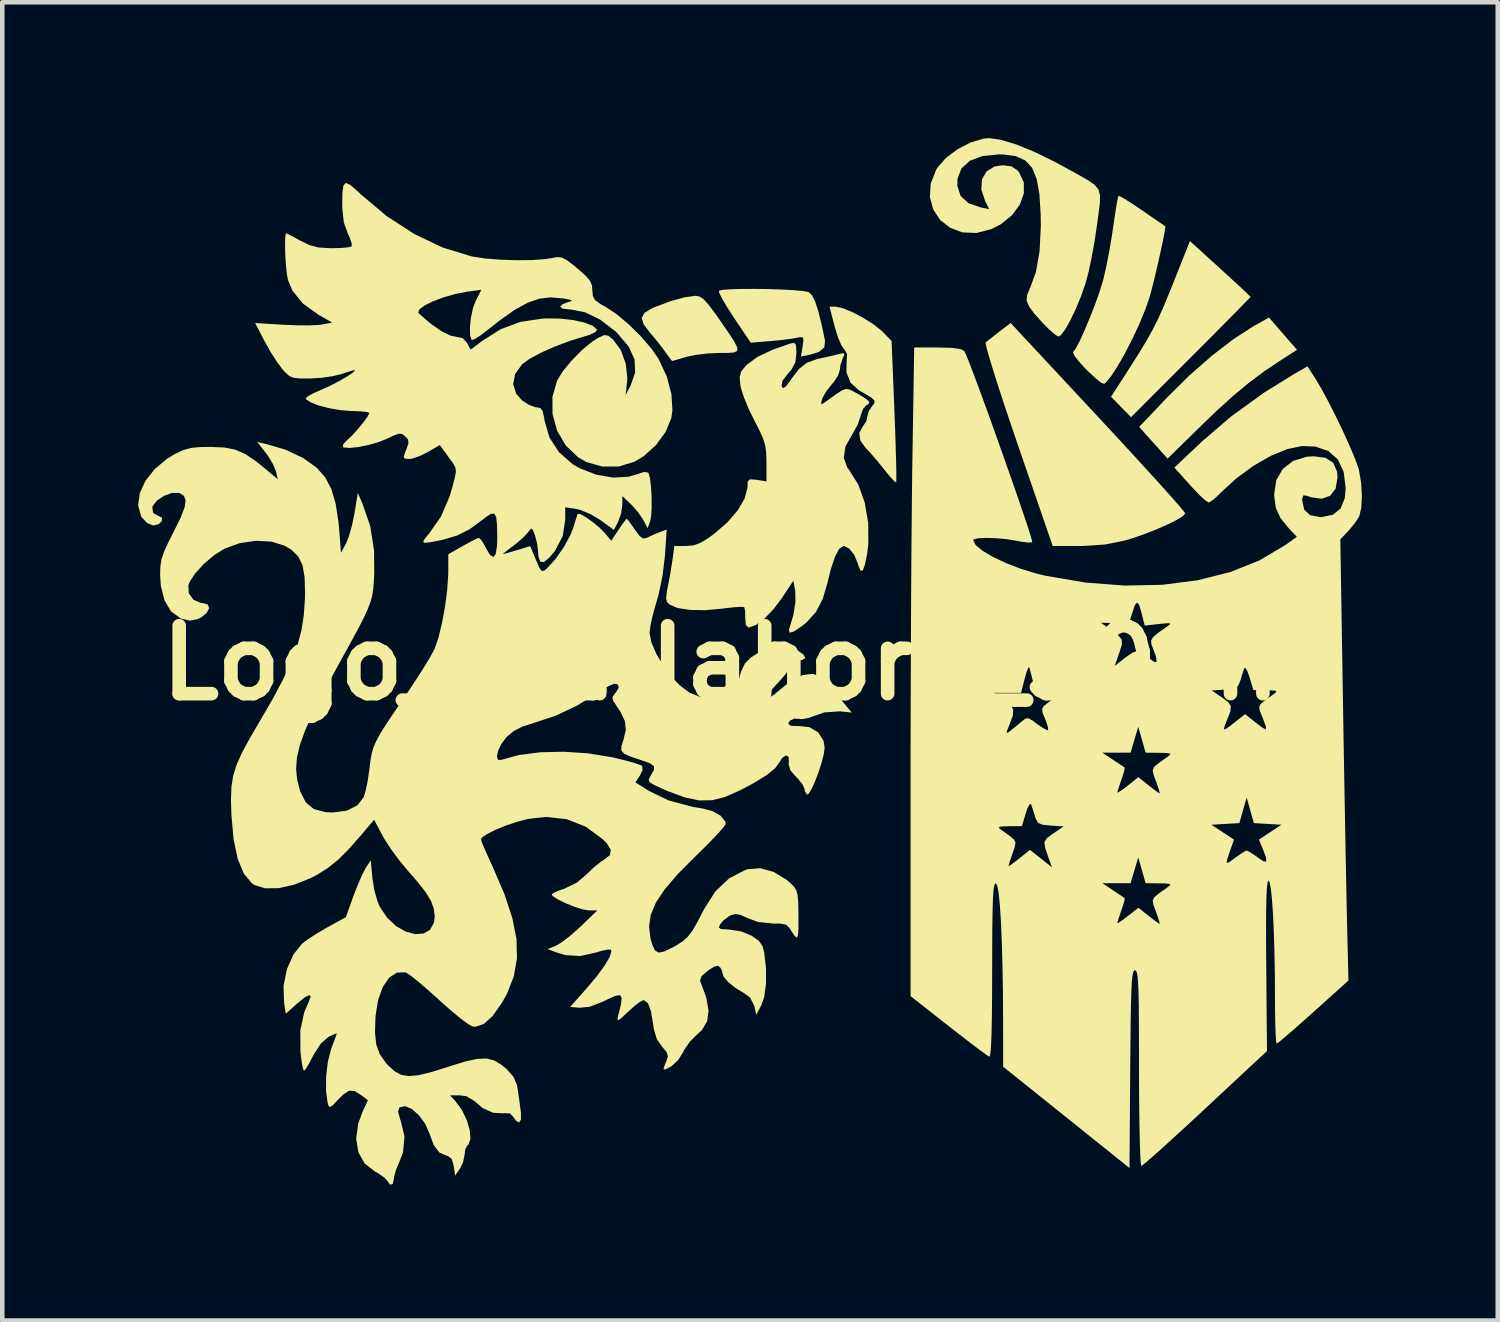
<source format=kicad_pcb>
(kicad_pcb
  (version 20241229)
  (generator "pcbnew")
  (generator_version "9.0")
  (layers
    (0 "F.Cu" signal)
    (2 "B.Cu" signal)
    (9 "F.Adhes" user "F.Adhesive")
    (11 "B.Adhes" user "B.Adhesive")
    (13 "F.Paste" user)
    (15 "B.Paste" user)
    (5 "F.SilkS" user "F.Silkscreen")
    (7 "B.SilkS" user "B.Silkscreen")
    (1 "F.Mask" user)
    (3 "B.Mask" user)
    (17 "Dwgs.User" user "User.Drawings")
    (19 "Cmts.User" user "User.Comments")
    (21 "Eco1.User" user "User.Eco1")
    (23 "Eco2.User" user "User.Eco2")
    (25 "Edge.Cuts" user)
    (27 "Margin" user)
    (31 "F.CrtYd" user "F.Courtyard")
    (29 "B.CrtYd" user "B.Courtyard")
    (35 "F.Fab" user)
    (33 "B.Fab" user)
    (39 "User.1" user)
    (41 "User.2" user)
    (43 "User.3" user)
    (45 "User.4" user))
  (footprint "Logo_Gjallahorn_30mm"
    (layer "F.Cu")
    (at 13.514 11.588)
    (property "Reference" "Logo_Gjallahorn_30mm" (at 0 0 0) (layer "F.SilkS") (effects (font (size 1.5 1.5) (thickness 0.3))))
    (attr board_only exclude_from_pos_files exclude_from_bom)
    (fp_poly (pts (xy 11.766 -7.269) (xy 12.075 -6.913) (xy 11.727 -6.69) (xy 11.362 -6.446) (xy 11.019 -6.191) (xy 10.673 -5.904) (xy 10.297 -5.563) (xy 9.938 -5.217) (xy 9.217 -4.511) (xy 8.904 -4.861) (xy 8.59 -5.211) (xy 9.225 -5.879) (xy 9.703 -6.351) (xy 10.194 -6.782) (xy 10.674 -7.151) (xy 11.119 -7.438) (xy 11.16 -7.461) (xy 11.457 -7.626)) (stroke (width 0) (type solid)) (fill yes) (layer "F.SilkS"))
    (fp_poly (pts (xy 10.38 -8.707) (xy 10.612 -8.494) (xy 10.81 -8.312) (xy 10.957 -8.174) (xy 11.038 -8.095) (xy 11.049 -8.082) (xy 11.008 -8.037) (xy 10.892 -7.918) (xy 10.712 -7.734) (xy 10.477 -7.497) (xy 10.199 -7.216) (xy 9.886 -6.903) (xy 9.729 -6.746) (xy 8.41 -5.426) (xy 8.189 -5.652) (xy 7.969 -5.877) (xy 8.329 -6.436) (xy 8.559 -6.797) (xy 8.738 -7.09) (xy 8.883 -7.348) (xy 9.01 -7.601) (xy 9.136 -7.883) (xy 9.277 -8.226) (xy 9.359 -8.431) (xy 9.711 -9.315)) (stroke (width 0) (type solid)) (fill yes) (layer "F.SilkS"))
    (fp_poly (pts (xy -1.113 -8.089) (xy -1.025 -8.028) (xy -0.914 -7.905) (xy -0.764 -7.705) (xy -0.671 -7.571) (xy -0.475 -7.288) (xy -0.346 -7.09) (xy -0.283 -6.962) (xy -0.286 -6.889) (xy -0.356 -6.855) (xy -0.492 -6.845) (xy -0.675 -6.845) (xy -0.947 -6.833) (xy -1.218 -6.799) (xy -1.417 -6.756) (xy -1.585 -6.705) (xy -1.697 -6.673) (xy -1.722 -6.666) (xy -1.76 -6.71) (xy -1.84 -6.819) (xy -1.868 -6.86) (xy -1.995 -7.03) (xy -2.15 -7.22) (xy -2.203 -7.281) (xy -2.35 -7.473) (xy -2.395 -7.615) (xy -2.335 -7.728) (xy -2.168 -7.83) (xy -2.117 -7.853) (xy -1.77 -7.984) (xy -1.457 -8.071) (xy -1.21 -8.106) (xy -1.196 -8.106)) (stroke (width 0) (type solid)) (fill yes) (layer "F.SilkS"))
    (fp_poly (pts (xy 0.398 -8.255) (xy 0.695 -8.245) (xy 0.959 -8.231) (xy 1.164 -8.212) (xy 1.286 -8.189) (xy 1.299 -8.183) (xy 1.369 -8.113) (xy 1.436 -7.979) (xy 1.505 -7.765) (xy 1.581 -7.458) (xy 1.654 -7.107) (xy 1.638 -6.967) (xy 1.517 -6.866) (xy 1.321 -6.806) (xy 1.122 -6.767) (xy 1.159 -6.993) (xy 1.178 -7.138) (xy 1.156 -7.194) (xy 1.075 -7.189) (xy 1.033 -7.18) (xy 0.891 -7.155) (xy 0.676 -7.128) (xy 0.442 -7.106) (xy 0.013 -7.071) (xy -0.359 -7.624) (xy -0.504 -7.849) (xy -0.616 -8.037) (xy -0.681 -8.167) (xy -0.691 -8.217) (xy -0.611 -8.237) (xy -0.436 -8.251) (xy -0.193 -8.258) (xy 0.094 -8.259)) (stroke (width 0) (type solid)) (fill yes) (layer "F.SilkS"))
    (fp_poly (pts (xy 7.68 -5.436) (xy 8.069 -5.017) (xy 8.432 -4.624) (xy 8.76 -4.265) (xy 9.047 -3.95) (xy 9.283 -3.687) (xy 9.46 -3.485) (xy 9.571 -3.353) (xy 9.608 -3.301) (xy 9.554 -3.241) (xy 9.411 -3.153) (xy 9.2 -3.049) (xy 8.945 -2.938) (xy 8.67 -2.831) (xy 8.398 -2.739) (xy 8.284 -2.705) (xy 7.836 -2.615) (xy 7.329 -2.582) (xy 7.26 -2.582) (xy 6.681 -2.582) (xy 5.914 -4.807) (xy 5.743 -5.309) (xy 5.588 -5.772) (xy 5.454 -6.183) (xy 5.345 -6.531) (xy 5.263 -6.803) (xy 5.213 -6.988) (xy 5.199 -7.074) (xy 5.201 -7.078) (xy 5.276 -7.139) (xy 5.411 -7.244) (xy 5.503 -7.315) (xy 5.752 -7.506)) (stroke (width 0) (type solid)) (fill yes) (layer "F.SilkS"))
    (fp_poly (pts (xy 2.048 -7.832) (xy 2.266 -7.742) (xy 2.506 -7.615) (xy 2.732 -7.471) (xy 2.909 -7.329) (xy 2.928 -7.31) (xy 3.123 -7.11) (xy 3.186 -5.559) (xy 3.202 -5.141) (xy 3.214 -4.763) (xy 3.223 -4.442) (xy 3.228 -4.195) (xy 3.228 -4.037) (xy 3.224 -3.985) (xy 3.178 -4.016) (xy 3.082 -4.121) (xy 2.955 -4.277) (xy 2.954 -4.279) (xy 2.8 -4.47) (xy 2.65 -4.642) (xy 2.555 -4.741) (xy 2.434 -4.908) (xy 2.409 -5.076) (xy 2.482 -5.215) (xy 2.492 -5.224) (xy 2.568 -5.344) (xy 2.582 -5.422) (xy 2.621 -5.561) (xy 2.686 -5.66) (xy 2.742 -5.731) (xy 2.746 -5.789) (xy 2.684 -5.853) (xy 2.54 -5.942) (xy 2.406 -6.017) (xy 2.219 -6.184) (xy 2.127 -6.414) (xy 2.131 -6.655) (xy 2.14 -6.822) (xy 2.081 -6.921) (xy 2.073 -6.927) (xy 2.012 -7.017) (xy 1.94 -7.189) (xy 1.871 -7.408) (xy 1.865 -7.432) (xy 1.753 -7.866) (xy 1.888 -7.866)) (stroke (width 0) (type solid)) (fill yes) (layer "F.SilkS"))
    (fp_poly (pts (xy 8.188 -10.292) (xy 8.321 -10.214) (xy 8.507 -10.094) (xy 8.657 -9.992) (xy 8.867 -9.847) (xy 9.036 -9.731) (xy 9.142 -9.658) (xy 9.167 -9.641) (xy 9.164 -9.583) (xy 9.137 -9.434) (xy 9.093 -9.219) (xy 9.037 -8.963) (xy 8.975 -8.692) (xy 8.913 -8.431) (xy 8.856 -8.206) (xy 8.821 -8.08) (xy 8.725 -7.802) (xy 8.595 -7.488) (xy 8.444 -7.162) (xy 8.282 -6.847) (xy 8.122 -6.565) (xy 7.976 -6.339) (xy 7.856 -6.193) (xy 7.816 -6.161) (xy 7.754 -6.186) (xy 7.633 -6.281) (xy 7.475 -6.427) (xy 7.42 -6.481) (xy 7.268 -6.645) (xy 7.165 -6.778) (xy 7.128 -6.857) (xy 7.133 -6.867) (xy 7.192 -6.946) (xy 7.28 -7.113) (xy 7.385 -7.345) (xy 7.499 -7.617) (xy 7.611 -7.903) (xy 7.71 -8.18) (xy 7.786 -8.423) (xy 7.805 -8.492) (xy 7.864 -8.753) (xy 7.928 -9.082) (xy 7.987 -9.428) (xy 8.015 -9.62) (xy 8.055 -9.889) (xy 8.09 -10.112) (xy 8.118 -10.262) (xy 8.133 -10.314)) (stroke (width 0) (type solid)) (fill yes) (layer "F.SilkS"))
    (fp_poly (pts (xy 5.537 -11.551) (xy 5.874 -11.449) (xy 6.272 -11.287) (xy 6.712 -11.072) (xy 6.928 -10.955) (xy 7.239 -10.785) (xy 7.461 -10.659) (xy 7.609 -10.555) (xy 7.693 -10.45) (xy 7.726 -10.323) (xy 7.722 -10.152) (xy 7.692 -9.913) (xy 7.657 -9.658) (xy 7.605 -9.306) (xy 7.539 -8.944) (xy 7.469 -8.617) (xy 7.405 -8.378) (xy 7.306 -8.095) (xy 7.191 -7.817) (xy 7.071 -7.567) (xy 6.958 -7.367) (xy 6.864 -7.24) (xy 6.81 -7.206) (xy 6.737 -7.247) (xy 6.612 -7.354) (xy 6.471 -7.495) (xy 6.275 -7.712) (xy 6.157 -7.872) (xy 6.106 -7.999) (xy 6.114 -8.119) (xy 6.17 -8.258) (xy 6.178 -8.272) (xy 6.311 -8.633) (xy 6.391 -9.089) (xy 6.419 -9.647) (xy 6.415 -9.911) (xy 6.387 -10.353) (xy 6.326 -10.69) (xy 6.225 -10.934) (xy 6.074 -11.096) (xy 5.866 -11.19) (xy 5.591 -11.227) (xy 5.495 -11.229) (xy 5.13 -11.193) (xy 4.852 -11.088) (xy 4.666 -10.919) (xy 4.578 -10.69) (xy 4.575 -10.534) (xy 4.647 -10.311) (xy 4.821 -10.152) (xy 5.088 -10.058) (xy 5.282 -10.019) (xy 5.193 -10.189) (xy 5.106 -10.446) (xy 5.118 -10.674) (xy 5.22 -10.853) (xy 5.401 -10.963) (xy 5.58 -10.989) (xy 5.768 -10.965) (xy 5.9 -10.878) (xy 5.94 -10.83) (xy 6.043 -10.612) (xy 6.044 -10.368) (xy 5.954 -10.119) (xy 5.781 -9.885) (xy 5.535 -9.686) (xy 5.331 -9.581) (xy 4.996 -9.493) (xy 4.686 -9.507) (xy 4.416 -9.608) (xy 4.197 -9.78) (xy 4.044 -10.01) (xy 3.969 -10.281) (xy 3.986 -10.58) (xy 4.107 -10.89) (xy 4.137 -10.939) (xy 4.324 -11.152) (xy 4.583 -11.345) (xy 4.875 -11.495) (xy 5.16 -11.578) (xy 5.279 -11.588)) (stroke (width 0) (type solid)) (fill yes) (layer "F.SilkS"))
    (fp_poly (pts (xy 1.009 -7.027) (xy 1.02 -6.903) (xy 1.021 -6.837) (xy 0.998 -6.634) (xy 0.911 -6.474) (xy 0.839 -6.393) (xy 0.713 -6.229) (xy 0.694 -6.106) (xy 0.695 -6.105) (xy 0.731 -6.066) (xy 0.792 -6.108) (xy 0.891 -6.242) (xy 0.914 -6.276) (xy 1.082 -6.495) (xy 1.257 -6.63) (xy 1.482 -6.711) (xy 1.561 -6.728) (xy 1.762 -6.771) (xy 1.943 -6.816) (xy 2.059 -6.84) (xy 2.083 -6.812) (xy 2.048 -6.737) (xy 1.993 -6.575) (xy 1.982 -6.477) (xy 1.942 -6.348) (xy 1.842 -6.196) (xy 1.808 -6.158) (xy 1.685 -6.004) (xy 1.6 -5.855) (xy 1.59 -5.827) (xy 1.564 -5.727) (xy 1.592 -5.717) (xy 1.688 -5.782) (xy 1.89 -5.928) (xy 2.022 -6.015) (xy 2.113 -6.049) (xy 2.194 -6.038) (xy 2.295 -5.987) (xy 2.378 -5.942) (xy 2.555 -5.836) (xy 2.631 -5.764) (xy 2.613 -5.713) (xy 2.56 -5.686) (xy 2.494 -5.61) (xy 2.442 -5.467) (xy 2.439 -5.45) (xy 2.375 -5.261) (xy 2.271 -5.071) (xy 2.257 -5.051) (xy 2.105 -4.779) (xy 2.068 -4.531) (xy 2.146 -4.312) (xy 2.184 -4.262) (xy 2.388 -3.938) (xy 2.531 -3.537) (xy 2.607 -3.091) (xy 2.61 -2.629) (xy 2.583 -2.409) (xy 2.534 -2.167) (xy 2.486 -2.043) (xy 2.439 -2.035) (xy 2.391 -2.143) (xy 2.374 -2.206) (xy 2.298 -2.388) (xy 2.186 -2.525) (xy 2.068 -2.582) (xy 2.064 -2.582) (xy 1.968 -2.522) (xy 1.872 -2.344) (xy 1.776 -2.05) (xy 1.713 -1.791) (xy 1.604 -1.415) (xy 1.453 -1.125) (xy 1.243 -0.893) (xy 1.134 -0.806) (xy 0.962 -0.693) (xy 0.869 -0.667) (xy 0.856 -0.729) (xy 0.865 -0.758) (xy 0.953 -1.051) (xy 1 -1.342) (xy 0.996 -1.581) (xy 0.994 -1.597) (xy 0.953 -1.815) (xy 0.702 -1.434) (xy 0.512 -1.182) (xy 0.313 -0.976) (xy 0.125 -0.836) (xy -0.03 -0.781) (xy -0.037 -0.781) (xy -0.095 -0.836) (xy -0.109 -0.991) (xy -0.111 -1.14) (xy -0.128 -1.227) (xy -0.131 -1.232) (xy -0.201 -1.239) (xy -0.358 -1.229) (xy -0.573 -1.205) (xy -0.63 -1.197) (xy -1.002 -1.164) (xy -1.335 -1.17) (xy -1.603 -1.213) (xy -1.778 -1.288) (xy -1.837 -1.347) (xy -1.856 -1.431) (xy -1.839 -1.575) (xy -1.817 -1.689) (xy -1.769 -1.94) (xy -1.726 -2.201) (xy -1.712 -2.297) (xy -1.674 -2.582) (xy -1.413 -2.582) (xy -1.253 -2.595) (xy -1.105 -2.647) (xy -0.93 -2.753) (xy -0.791 -2.854) (xy -0.502 -3.104) (xy -0.274 -3.37) (xy -0.122 -3.629) (xy -0.061 -3.86) (xy -0.06 -3.88) (xy -0.052 -4.009) (xy -0.005 -4.055) (xy 0.118 -4.047) (xy 0.15 -4.042) (xy 0.36 -4.007) (xy 0.36 -4.429) (xy 0.355 -4.64) (xy 0.332 -4.808) (xy 0.279 -4.974) (xy 0.185 -5.176) (xy 0.09 -5.358) (xy -0.035 -5.614) (xy -0.138 -5.866) (xy -0.204 -6.072) (xy -0.217 -6.134) (xy -0.231 -6.313) (xy -0.198 -6.434) (xy -0.099 -6.556) (xy -0.066 -6.59) (xy 0.162 -6.758) (xy 0.504 -6.919) (xy 0.886 -7.052) (xy 0.97 -7.068)) (stroke (width 0) (type solid)) (fill yes) (layer "F.SilkS"))
    (fp_poly (pts (xy 4.458 -6.956) (xy 4.654 -6.927) (xy 4.727 -6.89) (xy 4.765 -6.812) (xy 4.835 -6.639) (xy 4.932 -6.386) (xy 5.05 -6.069) (xy 5.185 -5.702) (xy 5.33 -5.301) (xy 5.48 -4.881) (xy 5.63 -4.457) (xy 5.775 -4.046) (xy 5.909 -3.66) (xy 6.026 -3.317) (xy 6.122 -3.032) (xy 6.19 -2.818) (xy 6.225 -2.693) (xy 6.229 -2.666) (xy 6.155 -2.657) (xy 6.004 -2.674) (xy 5.886 -2.696) (xy 5.67 -2.732) (xy 5.438 -2.753) (xy 5.218 -2.761) (xy 5.041 -2.753) (xy 4.938 -2.73) (xy 4.924 -2.713) (xy 4.979 -2.604) (xy 5.131 -2.477) (xy 5.361 -2.341) (xy 5.649 -2.205) (xy 5.976 -2.079) (xy 6.321 -1.973) (xy 6.518 -1.925) (xy 7.407 -1.774) (xy 8.271 -1.708) (xy 9.099 -1.725) (xy 9.879 -1.825) (xy 10.6 -2.006) (xy 11.252 -2.267) (xy 11.815 -2.601) (xy 12.072 -2.784) (xy 11.898 -2.968) (xy 11.71 -3.199) (xy 11.608 -3.422) (xy 11.572 -3.683) (xy 11.571 -3.725) (xy 11.618 -4.036) (xy 11.763 -4.286) (xy 11.992 -4.462) (xy 12.293 -4.553) (xy 12.445 -4.563) (xy 12.707 -4.528) (xy 12.876 -4.417) (xy 12.959 -4.227) (xy 12.97 -4.095) (xy 12.928 -3.848) (xy 12.807 -3.69) (xy 12.619 -3.625) (xy 12.376 -3.66) (xy 12.295 -3.691) (xy 12.215 -3.701) (xy 12.19 -3.62) (xy 12.19 -3.591) (xy 12.233 -3.386) (xy 12.364 -3.263) (xy 12.584 -3.221) (xy 12.616 -3.221) (xy 12.867 -3.271) (xy 13.038 -3.409) (xy 13.13 -3.636) (xy 13.15 -3.861) (xy 13.106 -4.219) (xy 12.977 -4.493) (xy 12.765 -4.68) (xy 12.475 -4.778) (xy 12.185 -4.789) (xy 11.862 -4.723) (xy 11.496 -4.572) (xy 11.111 -4.351) (xy 10.733 -4.073) (xy 10.385 -3.754) (xy 10.362 -3.729) (xy 10.239 -3.614) (xy 10.142 -3.548) (xy 10.122 -3.543) (xy 10.055 -3.585) (xy 9.933 -3.697) (xy 9.777 -3.859) (xy 9.713 -3.928) (xy 9.368 -4.314) (xy 9.983 -4.895) (xy 10.625 -5.446) (xy 11.355 -5.973) (xy 12.023 -6.386) (xy 12.307 -6.549) (xy 12.491 -6.262) (xy 12.625 -6.036) (xy 12.779 -5.748) (xy 12.943 -5.423) (xy 13.103 -5.09) (xy 13.246 -4.773) (xy 13.36 -4.5) (xy 13.433 -4.297) (xy 13.445 -4.252) (xy 13.492 -3.97) (xy 13.508 -3.682) (xy 13.495 -3.425) (xy 13.451 -3.24) (xy 13.443 -3.224) (xy 13.358 -3.094) (xy 13.233 -2.941) (xy 13.204 -2.91) (xy 13.032 -2.728) (xy 13.089 0.783) (xy 13.1 1.473) (xy 13.112 2.168) (xy 13.124 2.851) (xy 13.136 3.506) (xy 13.147 4.116) (xy 13.158 4.664) (xy 13.167 5.134) (xy 13.175 5.508) (xy 13.178 5.653) (xy 13.211 7.013) (xy 12.437 7.71) (xy 12.182 7.937) (xy 11.959 8.133) (xy 11.781 8.285) (xy 11.665 8.38) (xy 11.626 8.407) (xy 11.614 8.35) (xy 11.603 8.193) (xy 11.595 7.956) (xy 11.59 7.658) (xy 11.589 7.425) (xy 11.586 6.883) (xy 11.577 6.378) (xy 11.562 5.921) (xy 11.544 5.526) (xy 11.521 5.205) (xy 11.495 4.97) (xy 11.466 4.834) (xy 11.445 4.804) (xy 11.425 4.847) (xy 11.41 4.979) (xy 11.399 5.207) (xy 11.393 5.536) (xy 11.392 5.972) (xy 11.394 6.521) (xy 11.396 6.687) (xy 11.412 8.57) (xy 10.05 9.839) (xy 9.712 10.153) (xy 9.401 10.438) (xy 9.129 10.686) (xy 8.906 10.885) (xy 8.743 11.027) (xy 8.652 11.1) (xy 8.637 11.109) (xy 8.626 11.051) (xy 8.615 10.886) (xy 8.606 10.629) (xy 8.598 10.291) (xy 8.592 9.887) (xy 8.588 9.429) (xy 8.587 8.947) (xy 8.586 8.374) (xy 8.584 7.909) (xy 8.581 7.543) (xy 8.575 7.264) (xy 8.566 7.06) (xy 8.554 6.922) (xy 8.539 6.837) (xy 8.519 6.796) (xy 8.497 6.785) (xy 8.474 6.798) (xy 8.454 6.845) (xy 8.438 6.936) (xy 8.426 7.082) (xy 8.416 7.295) (xy 8.408 7.585) (xy 8.402 7.963) (xy 8.397 8.44) (xy 8.392 8.97) (xy 8.377 11.154) (xy 6.982 10.035) (xy 5.587 8.917) (xy 5.586 7.926) (xy 5.582 7.283) (xy 5.572 6.696) (xy 5.557 6.174) (xy 5.538 5.726) (xy 5.515 5.363) (xy 5.488 5.091) (xy 5.458 4.922) (xy 5.425 4.864) (xy 7.778 4.864) (xy 8.017 5.023) (xy 8.16 5.119) (xy 8.254 5.182) (xy 8.272 5.194) (xy 8.264 5.252) (xy 8.224 5.385) (xy 8.197 5.462) (xy 8.143 5.622) (xy 8.11 5.728) (xy 8.106 5.747) (xy 8.148 5.73) (xy 8.255 5.655) (xy 8.339 5.59) (xy 8.572 5.406) (xy 8.798 5.585) (xy 8.933 5.69) (xy 9.024 5.754) (xy 9.042 5.765) (xy 9.035 5.714) (xy 8.994 5.586) (xy 8.959 5.489) (xy 8.906 5.346) (xy 8.889 5.252) (xy 8.921 5.178) (xy 9.019 5.094) (xy 9.195 4.97) (xy 9.217 4.954) (xy 9.277 4.905) (xy 9.262 4.879) (xy 9.154 4.869) (xy 9.035 4.867) (xy 8.732 4.864) (xy 8.651 4.579) (xy 8.57 4.293) (xy 8.485 4.579) (xy 8.4 4.864) (xy 8.089 4.864) (xy 7.778 4.864) (xy 5.425 4.864) (xy 5.402 4.883) (xy 5.384 4.948) (xy 5.369 5.07) (xy 5.359 5.26) (xy 5.352 5.528) (xy 5.347 5.886) (xy 5.345 6.344) (xy 5.344 6.79) (xy 5.342 7.398) (xy 5.337 7.887) (xy 5.328 8.259) (xy 5.315 8.517) (xy 5.299 8.661) (xy 5.282 8.696) (xy 5.216 8.654) (xy 5.073 8.549) (xy 4.869 8.395) (xy 4.62 8.203) (xy 4.381 8.017) (xy 3.543 7.358) (xy 3.543 3.627) (xy 5.49 3.627) (xy 5.514 3.664) (xy 5.554 3.693) (xy 5.731 3.818) (xy 5.828 3.901) (xy 5.859 3.975) (xy 5.841 4.07) (xy 5.797 4.197) (xy 5.742 4.357) (xy 5.709 4.464) (xy 5.704 4.484) (xy 5.746 4.465) (xy 5.853 4.388) (xy 5.942 4.319) (xy 6.179 4.128) (xy 6.421 4.32) (xy 6.663 4.512) (xy 6.574 4.26) (xy 6.511 4.072) (xy 6.498 3.958) (xy 6.545 3.876) (xy 6.662 3.787) (xy 6.704 3.759) (xy 6.923 3.61) (xy 6.633 3.591) (xy 6.458 3.573) (xy 10.185 3.573) (xy 10.434 3.737) (xy 10.684 3.902) (xy 10.596 4.15) (xy 10.534 4.333) (xy 10.521 4.414) (xy 10.567 4.407) (xy 10.683 4.324) (xy 10.714 4.301) (xy 10.85 4.204) (xy 10.946 4.148) (xy 10.964 4.143) (xy 11.035 4.177) (xy 11.16 4.26) (xy 11.208 4.296) (xy 11.338 4.383) (xy 11.397 4.384) (xy 11.39 4.293) (xy 11.322 4.11) (xy 11.234 3.901) (xy 11.483 3.737) (xy 11.732 3.573) (xy 11.427 3.555) (xy 11.123 3.537) (xy 11.043 3.255) (xy 10.964 2.972) (xy 10.883 3.255) (xy 10.803 3.537) (xy 10.494 3.555) (xy 10.185 3.573) (xy 6.458 3.573) (xy 6.455 3.572) (xy 6.359 3.531) (xy 6.307 3.444) (xy 6.29 3.393) (xy 6.241 3.234) (xy 6.204 3.122) (xy 6.171 3.118) (xy 6.121 3.215) (xy 6.087 3.318) (xy 6.001 3.603) (xy 5.718 3.606) (xy 5.553 3.611) (xy 5.49 3.627) (xy 3.543 3.627) (xy 3.543 2.673) (xy 3.543 1.982) (xy 7.778 1.982) (xy 8.017 2.141) (xy 8.16 2.236) (xy 8.254 2.299) (xy 8.272 2.312) (xy 8.264 2.369) (xy 8.224 2.502) (xy 8.197 2.58) (xy 8.143 2.74) (xy 8.11 2.846) (xy 8.106 2.865) (xy 8.148 2.847) (xy 8.255 2.773) (xy 8.339 2.708) (xy 8.572 2.523) (xy 8.798 2.703) (xy 8.933 2.808) (xy 9.024 2.872) (xy 9.042 2.882) (xy 9.035 2.832) (xy 8.994 2.703) (xy 8.959 2.607) (xy 8.906 2.463) (xy 8.889 2.37) (xy 8.921 2.296) (xy 9.019 2.212) (xy 9.195 2.088) (xy 9.217 2.072) (xy 9.277 2.023) (xy 9.262 1.997) (xy 9.154 1.987) (xy 9.035 1.985) (xy 8.732 1.982) (xy 8.651 1.696) (xy 8.57 1.411) (xy 8.485 1.696) (xy 8.4 1.982) (xy 8.089 1.982) (xy 7.778 1.982) (xy 3.543 1.982) (xy 3.543 1.853) (xy 3.545 1.009) (xy 3.546 0.661) (xy 5.376 0.661) (xy 5.6 0.813) (xy 5.747 0.926) (xy 5.81 1.03) (xy 5.8 1.164) (xy 5.729 1.356) (xy 5.672 1.498) (xy 5.664 1.549) (xy 5.708 1.528) (xy 5.744 1.501) (xy 5.875 1.396) (xy 5.988 1.3) (xy 6.074 1.232) (xy 6.144 1.222) (xy 6.239 1.275) (xy 6.337 1.349) (xy 6.471 1.441) (xy 6.562 1.487) (xy 6.58 1.486) (xy 6.576 1.42) (xy 6.533 1.285) (xy 6.51 1.229) (xy 6.459 1.105) (xy 6.445 1.023) (xy 6.483 0.954) (xy 6.587 0.869) (xy 6.755 0.751) (xy 6.817 0.701) (xy 6.801 0.675) (xy 6.691 0.665) (xy 6.593 0.664) (xy 6.42 0.657) (xy 6.328 0.621) (xy 6.321 0.608) (xy 10.191 0.608) (xy 10.41 0.756) (xy 10.554 0.863) (xy 10.614 0.954) (xy 10.603 1.072) (xy 10.538 1.24) (xy 10.473 1.403) (xy 10.463 1.471) (xy 10.521 1.449) (xy 10.659 1.344) (xy 10.688 1.321) (xy 10.929 1.131) (xy 11.169 1.321) (xy 11.318 1.435) (xy 11.388 1.468) (xy 11.39 1.411) (xy 11.333 1.255) (xy 11.309 1.194) (xy 11.256 1.062) (xy 11.24 0.975) (xy 11.275 0.904) (xy 11.376 0.82) (xy 11.558 0.692) (xy 11.559 0.691) (xy 11.62 0.641) (xy 11.605 0.615) (xy 11.495 0.605) (xy 11.396 0.604) (xy 11.112 0.6) (xy 11.027 0.315) (xy 10.972 0.164) (xy 10.927 0.104) (xy 10.91 0.12) (xy 10.87 0.241) (xy 10.824 0.39) (xy 10.778 0.501) (xy 10.704 0.558) (xy 10.563 0.583) (xy 10.48 0.589) (xy 10.191 0.608) (xy 6.321 0.608) (xy 6.278 0.529) (xy 6.244 0.405) (xy 6.2 0.235) (xy 6.168 0.113) (xy 6.161 0.09) (xy 6.139 0.108) (xy 6.099 0.218) (xy 6.063 0.345) (xy 5.982 0.661) (xy 5.679 0.661) (xy 5.376 0.661) (xy 3.546 0.661) (xy 3.548 0.156) (xy 3.551 -0.689) (xy 3.552 -0.887) (xy 7.747 -0.887) (xy 7.987 -0.713) (xy 8.135 -0.601) (xy 8.205 -0.514) (xy 8.209 -0.409) (xy 8.159 -0.245) (xy 8.138 -0.184) (xy 8.049 0.068) (xy 8.287 -0.12) (xy 8.447 -0.228) (xy 8.568 -0.271) (xy 8.601 -0.265) (xy 8.699 -0.195) (xy 8.812 -0.101) (xy 8.928 -0.016) (xy 8.978 -0.031) (xy 8.96 -0.145) (xy 8.912 -0.274) (xy 8.862 -0.403) (xy 8.853 -0.494) (xy 8.901 -0.574) (xy 9.019 -0.672) (xy 9.19 -0.792) (xy 9.27 -0.85) (xy 9.276 -0.876) (xy 9.192 -0.876) (xy 9.025 -0.859) (xy 8.713 -0.825) (xy 8.642 -1.105) (xy 8.59 -1.279) (xy 8.544 -1.336) (xy 8.496 -1.277) (xy 8.436 -1.099) (xy 8.434 -1.091) (xy 8.391 -0.962) (xy 8.336 -0.898) (xy 8.231 -0.877) (xy 8.059 -0.879) (xy 7.747 -0.887) (xy 3.552 -0.887) (xy 3.555 -1.507) (xy 3.56 -2.284) (xy 3.566 -3.002) (xy 3.572 -3.643) (xy 3.578 -4.193) (xy 3.583 -4.489) (xy 3.622 -6.965) (xy 4.146 -6.965)) (stroke (width 0) (type solid)) (fill yes) (layer "F.SilkS"))
    (fp_poly (pts (xy -8.833 -10.557) (xy -8.68 -10.426) (xy -8.598 -10.348) (xy -8.027 -9.867) (xy -7.416 -9.471) (xy -6.786 -9.171) (xy -6.155 -8.978) (xy -6.136 -8.974) (xy -5.857 -8.931) (xy -5.517 -8.904) (xy -5.155 -8.892) (xy -4.809 -8.896) (xy -4.517 -8.917) (xy -4.373 -8.941) (xy -4.251 -8.962) (xy -4.151 -8.949) (xy -4.038 -8.887) (xy -3.878 -8.764) (xy -3.819 -8.714) (xy -3.64 -8.558) (xy -3.538 -8.441) (xy -3.493 -8.333) (xy -3.484 -8.226) (xy -3.472 -8.096) (xy -3.419 -8.006) (xy -3.298 -7.92) (xy -3.198 -7.866) (xy -2.953 -7.705) (xy -2.679 -7.474) (xy -2.407 -7.205) (xy -2.173 -6.932) (xy -2.023 -6.714) (xy -1.842 -6.327) (xy -1.738 -5.937) (xy -1.716 -5.575) (xy -1.742 -5.401) (xy -1.868 -5.097) (xy -2.083 -4.805) (xy -2.357 -4.56) (xy -2.556 -4.442) (xy -2.902 -4.337) (xy -3.266 -4.336) (xy -3.614 -4.435) (xy -3.796 -4.538) (xy -4.07 -4.8) (xy -4.262 -5.127) (xy -4.363 -5.493) (xy -4.366 -5.87) (xy -4.264 -6.232) (xy -4.137 -6.439) (xy -3.943 -6.675) (xy -3.716 -6.905) (xy -3.49 -7.093) (xy -3.351 -7.181) (xy -3.221 -7.239) (xy -3.133 -7.227) (xy -3.028 -7.141) (xy -2.857 -6.909) (xy -2.747 -6.61) (xy -2.712 -6.29) (xy -2.719 -6.201) (xy -2.751 -5.915) (xy -2.639 -6.125) (xy -2.539 -6.414) (xy -2.552 -6.699) (xy -2.681 -6.984) (xy -2.927 -7.276) (xy -2.982 -7.328) (xy -3.311 -7.58) (xy -3.645 -7.743) (xy -3.962 -7.805) (xy -3.978 -7.805) (xy -4.141 -7.823) (xy -4.197 -7.866) (xy -4.142 -7.921) (xy -4.038 -7.96) (xy -3.947 -7.99) (xy -3.946 -8.011) (xy -4.045 -8.034) (xy -4.143 -8.05) (xy -4.406 -8.072) (xy -4.656 -8.043) (xy -4.912 -7.954) (xy -5.196 -7.798) (xy -5.526 -7.565) (xy -5.796 -7.352) (xy -5.96 -7.228) (xy -6.086 -7.148) (xy -6.148 -7.129) (xy -6.149 -7.13) (xy -6.184 -7.233) (xy -6.188 -7.411) (xy -6.165 -7.625) (xy -6.12 -7.837) (xy -6.06 -7.995) (xy -5.936 -8.239) (xy -6.256 -8.196) (xy -6.513 -8.146) (xy -6.768 -8.073) (xy -6.999 -7.986) (xy -7.184 -7.895) (xy -7.302 -7.808) (xy -7.331 -7.737) (xy -7.319 -7.721) (xy -7.063 -7.498) (xy -6.823 -7.329) (xy -6.62 -7.228) (xy -6.511 -7.206) (xy -6.345 -7.17) (xy -6.248 -7.061) (xy -6.171 -6.917) (xy -5.919 -7.109) (xy -5.508 -7.369) (xy -5.074 -7.53) (xy -4.584 -7.603) (xy -4.504 -7.607) (xy -4.198 -7.603) (xy -3.907 -7.571) (xy -3.657 -7.515) (xy -3.474 -7.443) (xy -3.383 -7.36) (xy -3.381 -7.353) (xy -3.421 -7.302) (xy -3.544 -7.245) (xy -3.617 -7.222) (xy -3.961 -7.117) (xy -4.303 -6.99) (xy -4.614 -6.852) (xy -4.866 -6.718) (xy -5.031 -6.599) (xy -5.034 -6.597) (xy -5.19 -6.38) (xy -5.233 -6.156) (xy -5.165 -5.942) (xy -5.039 -5.8) (xy -4.886 -5.699) (xy -4.741 -5.646) (xy -4.717 -5.644) (xy -4.632 -5.629) (xy -4.582 -5.562) (xy -4.549 -5.414) (xy -4.54 -5.349) (xy -4.432 -4.978) (xy -4.22 -4.652) (xy -3.918 -4.388) (xy -3.764 -4.298) (xy -3.396 -4.156) (xy -3.026 -4.092) (xy -2.684 -4.111) (xy -2.506 -4.163) (xy -2.34 -4.217) (xy -2.254 -4.202) (xy -2.243 -4.19) (xy -2.212 -4.079) (xy -2.189 -3.888) (xy -2.176 -3.656) (xy -2.175 -3.424) (xy -2.187 -3.229) (xy -2.208 -3.124) (xy -2.265 -2.975) (xy -2.358 -3.154) (xy -2.465 -3.315) (xy -2.609 -3.482) (xy -2.637 -3.509) (xy -2.822 -3.685) (xy -2.822 -3.491) (xy -2.851 -3.293) (xy -2.915 -3.117) (xy -3.008 -2.937) (xy -3.295 -3.147) (xy -3.516 -3.281) (xy -3.74 -3.375) (xy -3.833 -3.398) (xy -4.083 -3.438) (xy -4.083 -3.157) (xy -4.138 -2.802) (xy -4.307 -2.478) (xy -4.432 -2.327) (xy -4.555 -2.226) (xy -4.636 -2.237) (xy -4.677 -2.361) (xy -4.683 -2.468) (xy -4.704 -2.638) (xy -4.751 -2.817) (xy -4.799 -2.942) (xy -4.837 -2.966) (xy -4.894 -2.9) (xy -4.907 -2.881) (xy -5.01 -2.77) (xy -5.165 -2.635) (xy -5.239 -2.578) (xy -5.373 -2.478) (xy -5.45 -2.415) (xy -5.458 -2.403) (xy -5.392 -2.419) (xy -5.249 -2.46) (xy -5.145 -2.491) (xy -4.856 -2.579) (xy -4.731 -2.279) (xy -4.657 -2.109) (xy -4.606 -2.032) (xy -4.555 -2.032) (xy -4.49 -2.084) (xy -4.298 -2.294) (xy -4.113 -2.559) (xy -3.965 -2.831) (xy -3.899 -3.002) (xy -3.85 -3.167) (xy -3.814 -3.274) (xy -3.805 -3.294) (xy -3.746 -3.285) (xy -3.627 -3.217) (xy -3.479 -3.113) (xy -3.333 -2.993) (xy -3.22 -2.88) (xy -3.217 -2.877) (xy -3.067 -2.698) (xy -2.906 -2.94) (xy -2.809 -3.081) (xy -2.741 -3.168) (xy -2.725 -3.183) (xy -2.683 -3.137) (xy -2.599 -3.022) (xy -2.546 -2.944) (xy -2.44 -2.8) (xy -2.361 -2.746) (xy -2.283 -2.762) (xy -2.279 -2.764) (xy -2.139 -2.83) (xy -2.006 -2.884) (xy -1.843 -2.946) (xy -1.88 -2.383) (xy -1.932 -1.94) (xy -2.022 -1.508) (xy -2.069 -1.345) (xy -2.141 -1.093) (xy -2.195 -0.857) (xy -2.22 -0.68) (xy -2.221 -0.657) (xy -2.18 -0.451) (xy -2.07 -0.196) (xy -1.907 0.075) (xy -1.712 0.331) (xy -1.555 0.494) (xy -1.342 0.655) (xy -1.121 0.745) (xy -0.852 0.776) (xy -0.635 0.769) (xy -0.339 0.751) (xy -0.271 0.45) (xy -0.201 0.192) (xy -0.117 0.015) (xy 0.008 -0.115) (xy 0.201 -0.237) (xy 0.234 -0.255) (xy 0.473 -0.369) (xy 0.658 -0.411) (xy 0.832 -0.383) (xy 1.025 -0.291) (xy 1.174 -0.187) (xy 1.218 -0.11) (xy 1.155 -0.066) (xy 1.079 -0.06) (xy 0.97 -0.01) (xy 0.878 0.105) (xy 0.776 0.256) (xy 0.635 0.418) (xy 0.606 0.447) (xy 0.49 0.576) (xy 0.425 0.688) (xy 0.42 0.713) (xy 0.445 0.751) (xy 0.529 0.701) (xy 0.585 0.651) (xy 0.888 0.407) (xy 1.15 0.271) (xy 1.382 0.24) (xy 1.592 0.315) (xy 1.734 0.432) (xy 1.848 0.557) (xy 1.914 0.648) (xy 1.922 0.667) (xy 1.957 0.737) (xy 2.046 0.858) (xy 2.083 0.904) (xy 2.245 1.096) (xy 1.978 1.069) (xy 1.637 1.093) (xy 1.452 1.157) (xy 1.28 1.218) (xy 1.144 1.242) (xy 1.106 1.238) (xy 0.978 1.228) (xy 0.873 1.277) (xy 0.841 1.344) (xy 0.896 1.389) (xy 1.054 1.394) (xy 1.071 1.392) (xy 1.311 1.419) (xy 1.503 1.534) (xy 1.62 1.716) (xy 1.645 1.869) (xy 1.626 2.013) (xy 1.577 2.206) (xy 1.508 2.419) (xy 1.43 2.624) (xy 1.353 2.791) (xy 1.289 2.893) (xy 1.256 2.909) (xy 1.206 2.826) (xy 1.201 2.783) (xy 1.16 2.687) (xy 1.057 2.558) (xy 1.014 2.516) (xy 0.887 2.369) (xy 0.85 2.24) (xy 0.855 2.191) (xy 0.85 2.073) (xy 0.79 2.042) (xy 0.707 2.098) (xy 0.651 2.189) (xy 0.55 2.327) (xy 0.363 2.479) (xy 0.078 2.654) (xy -0.225 2.814) (xy -0.549 2.958) (xy -0.839 3.032) (xy -1.125 3.036) (xy -1.438 2.971) (xy -1.808 2.835) (xy -1.938 2.779) (xy -2.124 2.693) (xy -2.219 2.634) (xy -2.241 2.58) (xy -2.209 2.51) (xy -2.193 2.485) (xy -2.123 2.362) (xy -2.123 2.281) (xy -2.207 2.218) (xy -2.391 2.151) (xy -2.417 2.143) (xy -2.65 2.065) (xy -2.787 2.001) (xy -2.845 1.931) (xy -2.841 1.833) (xy -2.795 1.69) (xy -2.745 1.476) (xy -2.766 1.284) (xy -2.867 1.073) (xy -2.95 0.95) (xy -3.029 0.828) (xy -3.039 0.752) (xy -2.982 0.671) (xy -2.968 0.656) (xy -2.9 0.545) (xy -2.926 0.473) (xy -2.999 0.459) (xy -3.133 0.515) (xy -3.342 0.646) (xy -3.821 0.942) (xy -4.278 1.159) (xy -4.753 1.318) (xy -5.026 1.405) (xy -5.218 1.502) (xy -5.369 1.628) (xy -5.389 1.649) (xy -5.498 1.796) (xy -5.567 1.945) (xy -5.592 2.069) (xy -5.565 2.141) (xy -5.498 2.141) (xy -5.106 2.034) (xy -4.635 1.973) (xy -4.115 1.961) (xy -3.577 1.997) (xy -3.052 2.082) (xy -3.005 2.093) (xy -2.756 2.153) (xy -2.55 2.211) (xy -2.417 2.257) (xy -2.384 2.275) (xy -2.375 2.361) (xy -2.432 2.483) (xy -2.533 2.638) (xy -2.242 2.822) (xy -1.799 3.037) (xy -1.261 3.181) (xy -1.062 3.212) (xy -0.831 3.272) (xy -0.652 3.374) (xy -0.552 3.498) (xy -0.54 3.557) (xy -0.582 3.621) (xy -0.696 3.753) (xy -0.868 3.934) (xy -1.084 4.151) (xy -1.229 4.292) (xy -1.607 4.673) (xy -1.889 5.003) (xy -2.083 5.295) (xy -2.195 5.564) (xy -2.232 5.824) (xy -2.2 6.087) (xy -2.155 6.238) (xy -2.099 6.352) (xy -2.019 6.397) (xy -1.894 6.372) (xy -1.701 6.277) (xy -1.623 6.233) (xy -1.486 6.145) (xy -1.374 6.043) (xy -1.269 5.903) (xy -1.152 5.699) (xy -1.02 5.442) (xy -0.768 5.045) (xy -0.462 4.754) (xy -0.104 4.571) (xy -0.06 4.556) (xy 0.22 4.533) (xy 0.518 4.614) (xy 0.808 4.792) (xy 0.878 4.852) (xy 0.964 4.935) (xy 1.018 5.016) (xy 1.048 5.122) (xy 1.062 5.284) (xy 1.066 5.531) (xy 1.067 5.587) (xy 1.067 5.855) (xy 1.058 6.012) (xy 1.032 6.067) (xy 0.983 6.029) (xy 0.903 5.909) (xy 0.866 5.848) (xy 0.792 5.78) (xy 0.659 5.754) (xy 0.516 5.756) (xy 0.172 5.72) (xy -0.04 5.64) (xy -0.212 5.564) (xy -0.327 5.544) (xy -0.428 5.573) (xy -0.46 5.589) (xy -0.593 5.687) (xy -0.667 5.777) (xy -0.69 5.844) (xy -0.645 5.876) (xy -0.51 5.885) (xy -0.467 5.886) (xy -0.195 5.929) (xy 0.029 6.022) (xy 0.191 6.134) (xy 0.276 6.259) (xy 0.311 6.397) (xy 0.351 6.747) (xy 0.35 7.086) (xy 0.31 7.378) (xy 0.245 7.563) (xy 0.135 7.77) (xy 0.092 7.577) (xy 0.001 7.391) (xy -0.14 7.288) (xy -0.328 7.174) (xy -0.486 7.046) (xy -0.584 6.931) (xy -0.601 6.88) (xy -0.632 6.775) (xy -0.657 6.729) (xy -0.708 6.686) (xy -0.79 6.705) (xy -0.926 6.789) (xy -1.073 6.915) (xy -1.106 7.015) (xy -1.102 7.026) (xy -0.969 7.389) (xy -0.918 7.681) (xy -0.95 7.914) (xy -1.065 8.107) (xy -1.178 8.211) (xy -1.335 8.368) (xy -1.458 8.548) (xy -1.477 8.59) (xy -1.585 8.763) (xy -1.729 8.9) (xy -1.743 8.909) (xy -1.871 8.977) (xy -1.914 8.969) (xy -1.884 8.872) (xy -1.851 8.799) (xy -1.816 8.686) (xy -1.845 8.591) (xy -1.943 8.476) (xy -2.061 8.307) (xy -2.127 8.085) (xy -2.142 7.981) (xy -2.19 7.69) (xy -2.257 7.513) (xy -2.345 7.447) (xy -2.357 7.446) (xy -2.435 7.485) (xy -2.566 7.586) (xy -2.693 7.701) (xy -2.836 7.835) (xy -2.91 7.89) (xy -2.932 7.874) (xy -2.919 7.806) (xy -2.855 7.549) (xy -2.836 7.396) (xy -2.874 7.335) (xy -2.982 7.353) (xy -3.17 7.439) (xy -3.249 7.479) (xy -3.541 7.592) (xy -3.764 7.614) (xy -3.975 7.596) (xy -3.602 7.176) (xy -3.381 6.912) (xy -3.211 6.679) (xy -3.102 6.493) (xy -3.064 6.368) (xy -3.076 6.331) (xy -3.148 6.329) (xy -3.293 6.361) (xy -3.389 6.391) (xy -3.748 6.472) (xy -4.078 6.452) (xy -4.263 6.397) (xy -4.474 6.319) (xy -4.295 6.248) (xy -4.168 6.174) (xy -3.99 6.039) (xy -3.796 5.869) (xy -3.744 5.821) (xy -3.373 5.464) (xy -3.566 5.464) (xy -3.7 5.442) (xy -3.88 5.385) (xy -4.072 5.307) (xy -4.242 5.224) (xy -4.356 5.151) (xy -4.383 5.112) (xy -4.331 5.072) (xy -4.199 5.018) (xy -4.112 4.99) (xy -3.824 4.85) (xy -3.616 4.672) (xy -3.455 4.517) (xy -3.296 4.39) (xy -3.228 4.347) (xy -3.098 4.246) (xy -3.077 4.129) (xy -3.165 3.983) (xy -3.254 3.893) (xy -3.632 3.615) (xy -4.051 3.451) (xy -4.505 3.4) (xy -4.907 3.445) (xy -5.144 3.507) (xy -5.392 3.59) (xy -5.621 3.684) (xy -5.807 3.777) (xy -5.921 3.856) (xy -5.945 3.895) (xy -5.921 3.968) (xy -5.856 4.123) (xy -5.761 4.337) (xy -5.68 4.511) (xy -5.424 5.109) (xy -5.251 5.634) (xy -5.159 6.102) (xy -5.149 6.526) (xy -5.219 6.921) (xy -5.367 7.301) (xy -5.478 7.501) (xy -5.685 7.795) (xy -5.882 7.973) (xy -6.067 8.034) (xy -6.135 8.026) (xy -6.229 7.973) (xy -6.39 7.854) (xy -6.596 7.684) (xy -6.827 7.48) (xy -6.887 7.425) (xy -7.119 7.217) (xy -7.327 7.039) (xy -7.493 6.907) (xy -7.596 6.838) (xy -7.61 6.832) (xy -7.801 6.838) (xy -7.971 6.95) (xy -8.112 7.156) (xy -8.215 7.443) (xy -8.272 7.797) (xy -8.273 7.816) (xy -8.284 8.166) (xy -8.255 8.431) (xy -8.176 8.644) (xy -8.041 8.835) (xy -7.993 8.887) (xy -7.853 9.015) (xy -7.71 9.094) (xy -7.543 9.123) (xy -7.331 9.105) (xy -7.051 9.038) (xy -6.685 8.924) (xy -6.647 8.911) (xy -6.295 8.802) (xy -6.027 8.743) (xy -5.819 8.735) (xy -5.647 8.78) (xy -5.485 8.879) (xy -5.384 8.963) (xy -5.228 9.134) (xy -5.149 9.321) (xy -5.13 9.427) (xy -5.098 9.656) (xy -5.068 9.881) (xy -5.062 9.923) (xy -5.06 10.084) (xy -5.102 10.148) (xy -5.173 10.107) (xy -5.223 10.03) (xy -5.305 9.946) (xy -5.44 9.942) (xy -5.457 9.945) (xy -5.673 9.934) (xy -5.903 9.831) (xy -6.089 9.674) (xy -6.265 9.567) (xy -6.415 9.548) (xy -6.626 9.548) (xy -6.503 9.683) (xy -6.363 9.875) (xy -6.257 10.096) (xy -6.192 10.315) (xy -6.176 10.505) (xy -6.218 10.634) (xy -6.245 10.658) (xy -6.29 10.74) (xy -6.305 10.859) (xy -6.34 11.03) (xy -6.41 11.17) (xy -6.515 11.319) (xy -6.545 11.109) (xy -6.589 10.953) (xy -6.674 10.887) (xy -6.704 10.88) (xy -6.861 10.812) (xy -6.985 10.649) (xy -7.081 10.392) (xy -7.173 10.181) (xy -7.312 9.99) (xy -7.469 9.849) (xy -7.617 9.788) (xy -7.629 9.788) (xy -7.743 9.815) (xy -7.775 9.907) (xy -7.728 10.078) (xy -7.716 10.11) (xy -7.633 10.454) (xy -7.664 10.801) (xy -7.746 11.019) (xy -7.822 11.198) (xy -7.863 11.356) (xy -7.866 11.392) (xy -7.892 11.505) (xy -7.951 11.521) (xy -8.007 11.442) (xy -8.078 11.363) (xy -8.217 11.267) (xy -8.288 11.228) (xy -8.513 11.051) (xy -8.651 10.805) (xy -8.699 10.506) (xy -8.654 10.17) (xy -8.547 9.884) (xy -8.44 9.658) (xy -8.588 9.544) (xy -8.735 9.453) (xy -8.857 9.446) (xy -8.986 9.53) (xy -9.096 9.641) (xy -9.214 9.765) (xy -9.277 9.809) (xy -9.309 9.78) (xy -9.329 9.716) (xy -9.365 9.453) (xy -9.363 9.132) (xy -9.324 8.805) (xy -9.252 8.526) (xy -9.247 8.512) (xy -9.182 8.338) (xy -9.138 8.216) (xy -9.127 8.18) (xy -9.174 8.193) (xy -9.288 8.247) (xy -9.309 8.257) (xy -9.477 8.401) (xy -9.636 8.648) (xy -9.652 8.679) (xy -9.743 8.852) (xy -9.816 8.971) (xy -9.852 9.007) (xy -9.876 8.952) (xy -9.903 8.808) (xy -9.928 8.603) (xy -9.93 8.582) (xy -9.933 8.116) (xy -9.845 7.71) (xy -9.75 7.491) (xy -9.703 7.368) (xy -9.733 7.333) (xy -9.836 7.385) (xy -10.006 7.524) (xy -10.02 7.536) (xy -10.253 7.746) (xy -10.291 7.506) (xy -10.303 7.133) (xy -10.23 6.764) (xy -10.082 6.434) (xy -9.898 6.203) (xy -9.775 6.109) (xy -9.585 5.985) (xy -9.366 5.856) (xy -9.341 5.842) (xy -8.927 5.614) (xy -8.763 5.157) (xy -8.67 4.915) (xy -8.576 4.696) (xy -8.497 4.543) (xy -8.488 4.528) (xy -8.377 4.358) (xy -8.342 4.746) (xy -8.3 5.009) (xy -8.23 5.26) (xy -8.177 5.386) (xy -8.015 5.627) (xy -7.819 5.81) (xy -7.607 5.932) (xy -7.399 5.988) (xy -7.213 5.976) (xy -7.067 5.893) (xy -6.981 5.735) (xy -6.965 5.602) (xy -6.984 5.429) (xy -7.047 5.255) (xy -7.167 5.059) (xy -7.356 4.819) (xy -7.531 4.62) (xy -7.731 4.381) (xy -7.924 4.121) (xy -8.076 3.887) (xy -8.109 3.829) (xy -8.304 3.463) (xy -8.578 3.788) (xy -8.859 4.108) (xy -9.101 4.349) (xy -9.331 4.533) (xy -9.573 4.684) (xy -9.704 4.751) (xy -10.067 4.897) (xy -10.408 4.973) (xy -10.708 4.977) (xy -10.942 4.906) (xy -11 4.868) (xy -11.18 4.653) (xy -11.315 4.327) (xy -11.407 3.89) (xy -11.454 3.357) (xy -11.464 3.021) (xy -11.454 2.744) (xy -11.417 2.499) (xy -11.344 2.26) (xy -11.229 1.998) (xy -11.062 1.689) (xy -10.86 1.342) (xy -10.554 0.816) (xy -10.314 0.366) (xy -10.13 -0.026) (xy -9.998 -0.381) (xy -9.908 -0.718) (xy -9.855 -1.058) (xy -9.831 -1.419) (xy -9.828 -1.531) (xy -9.838 -1.891) (xy -9.884 -2.156) (xy -9.978 -2.351) (xy -10.129 -2.498) (xy -10.279 -2.588) (xy -10.571 -2.679) (xy -10.917 -2.697) (xy -11.277 -2.643) (xy -11.608 -2.522) (xy -11.839 -2.377) (xy -12.063 -2.186) (xy -12.252 -1.98) (xy -12.377 -1.787) (xy -12.405 -1.712) (xy -12.395 -1.538) (xy -12.294 -1.396) (xy -12.132 -1.324) (xy -12.09 -1.321) (xy -11.975 -1.289) (xy -11.947 -1.209) (xy -11.997 -1.107) (xy -12.118 -1.008) (xy -12.209 -0.965) (xy -12.374 -0.933) (xy -12.556 -0.977) (xy -12.585 -0.989) (xy -12.787 -1.137) (xy -12.931 -1.38) (xy -13.013 -1.705) (xy -13.029 -1.954) (xy -13.023 -2.132) (xy -12.998 -2.288) (xy -12.942 -2.456) (xy -12.845 -2.668) (xy -12.726 -2.902) (xy -12.574 -3.211) (xy -12.488 -3.435) (xy -12.465 -3.59) (xy -12.503 -3.69) (xy -12.601 -3.75) (xy -12.614 -3.754) (xy -12.766 -3.754) (xy -12.943 -3.689) (xy -13.099 -3.585) (xy -13.192 -3.464) (xy -13.2 -3.433) (xy -13.182 -3.312) (xy -13.095 -3.261) (xy -12.986 -3.207) (xy -12.994 -3.129) (xy -13.056 -3.066) (xy -13.178 -3.033) (xy -13.318 -3.09) (xy -13.438 -3.22) (xy -13.449 -3.24) (xy -13.514 -3.481) (xy -13.478 -3.748) (xy -13.352 -4.022) (xy -13.145 -4.283) (xy -12.87 -4.512) (xy -12.7 -4.614) (xy -12.519 -4.699) (xy -12.347 -4.747) (xy -12.138 -4.767) (xy -11.919 -4.77) (xy -11.617 -4.757) (xy -11.376 -4.711) (xy -11.156 -4.617) (xy -10.921 -4.46) (xy -10.723 -4.301) (xy -10.428 -4.055) (xy -10.472 -4.234) (xy -10.537 -4.391) (xy -10.648 -4.575) (xy -10.7 -4.645) (xy -10.885 -4.877) (xy -10.681 -4.833) (xy -10.254 -4.706) (xy -9.871 -4.525) (xy -9.568 -4.308) (xy -9.567 -4.307) (xy -9.383 -4.097) (xy -9.248 -3.841) (xy -9.152 -3.516) (xy -9.089 -3.103) (xy -9.072 -2.912) (xy -9.035 -2.432) (xy -8.923 -2.638) (xy -8.858 -2.802) (xy -8.792 -3.035) (xy -8.739 -3.289) (xy -8.738 -3.299) (xy -8.663 -3.753) (xy -8.563 -3.525) (xy -8.389 -3.02) (xy -8.305 -2.486) (xy -8.3 -1.985) (xy -8.309 -1.794) (xy -8.322 -1.635) (xy -8.344 -1.491) (xy -8.383 -1.346) (xy -8.445 -1.184) (xy -8.536 -0.987) (xy -8.662 -0.741) (xy -8.832 -0.429) (xy -9.05 -0.034) (xy -9.151 0.15) (xy -9.439 0.682) (xy -9.665 1.128) (xy -9.832 1.504) (xy -9.946 1.822) (xy -10.009 2.099) (xy -10.026 2.347) (xy -10.002 2.582) (xy -9.94 2.817) (xy -9.932 2.843) (xy -9.812 3.08) (xy -9.635 3.226) (xy -9.383 3.294) (xy -9.217 3.303) (xy -8.905 3.262) (xy -8.672 3.144) (xy -8.534 2.965) (xy -8.491 2.825) (xy -8.446 2.609) (xy -8.409 2.36) (xy -8.405 2.326) (xy -8.383 2.151) (xy -8.358 2.005) (xy -8.319 1.869) (xy -8.257 1.726) (xy -8.165 1.558) (xy -8.032 1.346) (xy -7.85 1.073) (xy -7.61 0.72) (xy -7.583 0.68) (xy -7.393 0.396) (xy -7.219 0.124) (xy -7.077 -0.11) (xy -6.983 -0.28) (xy -6.966 -0.314) (xy -6.882 -0.559) (xy -6.803 -0.885) (xy -6.736 -1.252) (xy -6.688 -1.623) (xy -6.666 -1.958) (xy -6.665 -2.018) (xy -6.665 -2.399) (xy -6.35 -2.58) (xy -6.175 -2.676) (xy -6.043 -2.742) (xy -5.989 -2.762) (xy -5.936 -2.713) (xy -5.862 -2.592) (xy -5.843 -2.552) (xy -5.746 -2.386) (xy -5.67 -2.338) (xy -5.618 -2.406) (xy -5.589 -2.589) (xy -5.584 -2.757) (xy -5.589 -3.041) (xy -5.607 -3.217) (xy -5.649 -3.297) (xy -5.725 -3.292) (xy -5.843 -3.214) (xy -5.907 -3.163) (xy -6.194 -2.952) (xy -6.468 -2.814) (xy -6.784 -2.72) (xy -6.833 -2.709) (xy -7.063 -2.664) (xy -7.188 -2.652) (xy -7.221 -2.681) (xy -7.174 -2.757) (xy -7.092 -2.854) (xy -6.827 -3.231) (xy -6.633 -3.685) (xy -6.575 -3.884) (xy -6.521 -4.092) (xy -6.497 -4.223) (xy -6.51 -4.318) (xy -6.565 -4.416) (xy -6.668 -4.557) (xy -6.668 -4.558) (xy -6.852 -4.811) (xy -7.114 -4.658) (xy -7.299 -4.566) (xy -7.468 -4.511) (xy -7.529 -4.504) (xy -7.625 -4.51) (xy -7.65 -4.552) (xy -7.614 -4.662) (xy -7.595 -4.706) (xy -7.545 -4.848) (xy -7.553 -4.933) (xy -7.616 -5.005) (xy -7.687 -5.056) (xy -7.766 -5.06) (xy -7.889 -5.013) (xy -8.006 -4.956) (xy -8.195 -4.879) (xy -8.42 -4.814) (xy -8.646 -4.768) (xy -8.841 -4.747) (xy -8.969 -4.757) (xy -8.994 -4.771) (xy -8.983 -4.832) (xy -8.905 -4.913) (xy -8.8 -5.011) (xy -8.671 -5.152) (xy -8.545 -5.305) (xy -8.448 -5.438) (xy -8.407 -5.518) (xy -8.407 -5.52) (xy -8.462 -5.54) (xy -8.606 -5.556) (xy -8.808 -5.563) (xy -8.812 -5.563) (xy -9.043 -5.581) (xy -9.288 -5.623) (xy -9.515 -5.681) (xy -9.695 -5.749) (xy -9.799 -5.816) (xy -9.813 -5.843) (xy -9.764 -5.888) (xy -9.633 -5.96) (xy -9.469 -6.033) (xy -9.278 -6.118) (xy -9.081 -6.22) (xy -8.906 -6.321) (xy -8.779 -6.406) (xy -8.726 -6.46) (xy -8.728 -6.466) (xy -8.787 -6.456) (xy -8.921 -6.414) (xy -9.009 -6.383) (xy -9.212 -6.332) (xy -9.474 -6.295) (xy -9.711 -6.281) (xy -9.938 -6.281) (xy -10.082 -6.296) (xy -10.181 -6.339) (xy -10.271 -6.422) (xy -10.327 -6.485) (xy -10.449 -6.648) (xy -10.591 -6.87) (xy -10.72 -7.1) (xy -10.93 -7.505) (xy -10.308 -7.467) (xy -10.02 -7.455) (xy -9.75 -7.453) (xy -9.539 -7.462) (xy -9.458 -7.472) (xy -9.228 -7.515) (xy -9.53 -7.687) (xy -9.874 -7.934) (xy -10.106 -8.219) (xy -10.205 -8.454) (xy -10.23 -8.59) (xy -10.25 -8.783) (xy -10.264 -9.001) (xy -10.27 -9.211) (xy -10.267 -9.38) (xy -10.255 -9.476) (xy -10.246 -9.487) (xy -10.185 -9.46) (xy -10.053 -9.391) (xy -9.93 -9.322) (xy -9.726 -9.224) (xy -9.53 -9.173) (xy -9.281 -9.158) (xy -9.237 -9.157) (xy -9.028 -9.163) (xy -8.87 -9.177) (xy -8.798 -9.196) (xy -8.799 -9.268) (xy -8.848 -9.405) (xy -8.883 -9.479) (xy -8.973 -9.732) (xy -9.006 -10.045) (xy -9.007 -10.111) (xy -9.003 -10.383) (xy -8.981 -10.543) (xy -8.929 -10.598)) (stroke (width 0) (type solid)) (fill yes) (layer "F.SilkS")))
  (gr_rect
    (start -3 -3)
    (end 30.022 26.109)
    (stroke (width 0.1) (type default))
    (fill no)
    (layer "Edge.Cuts")))
</source>
